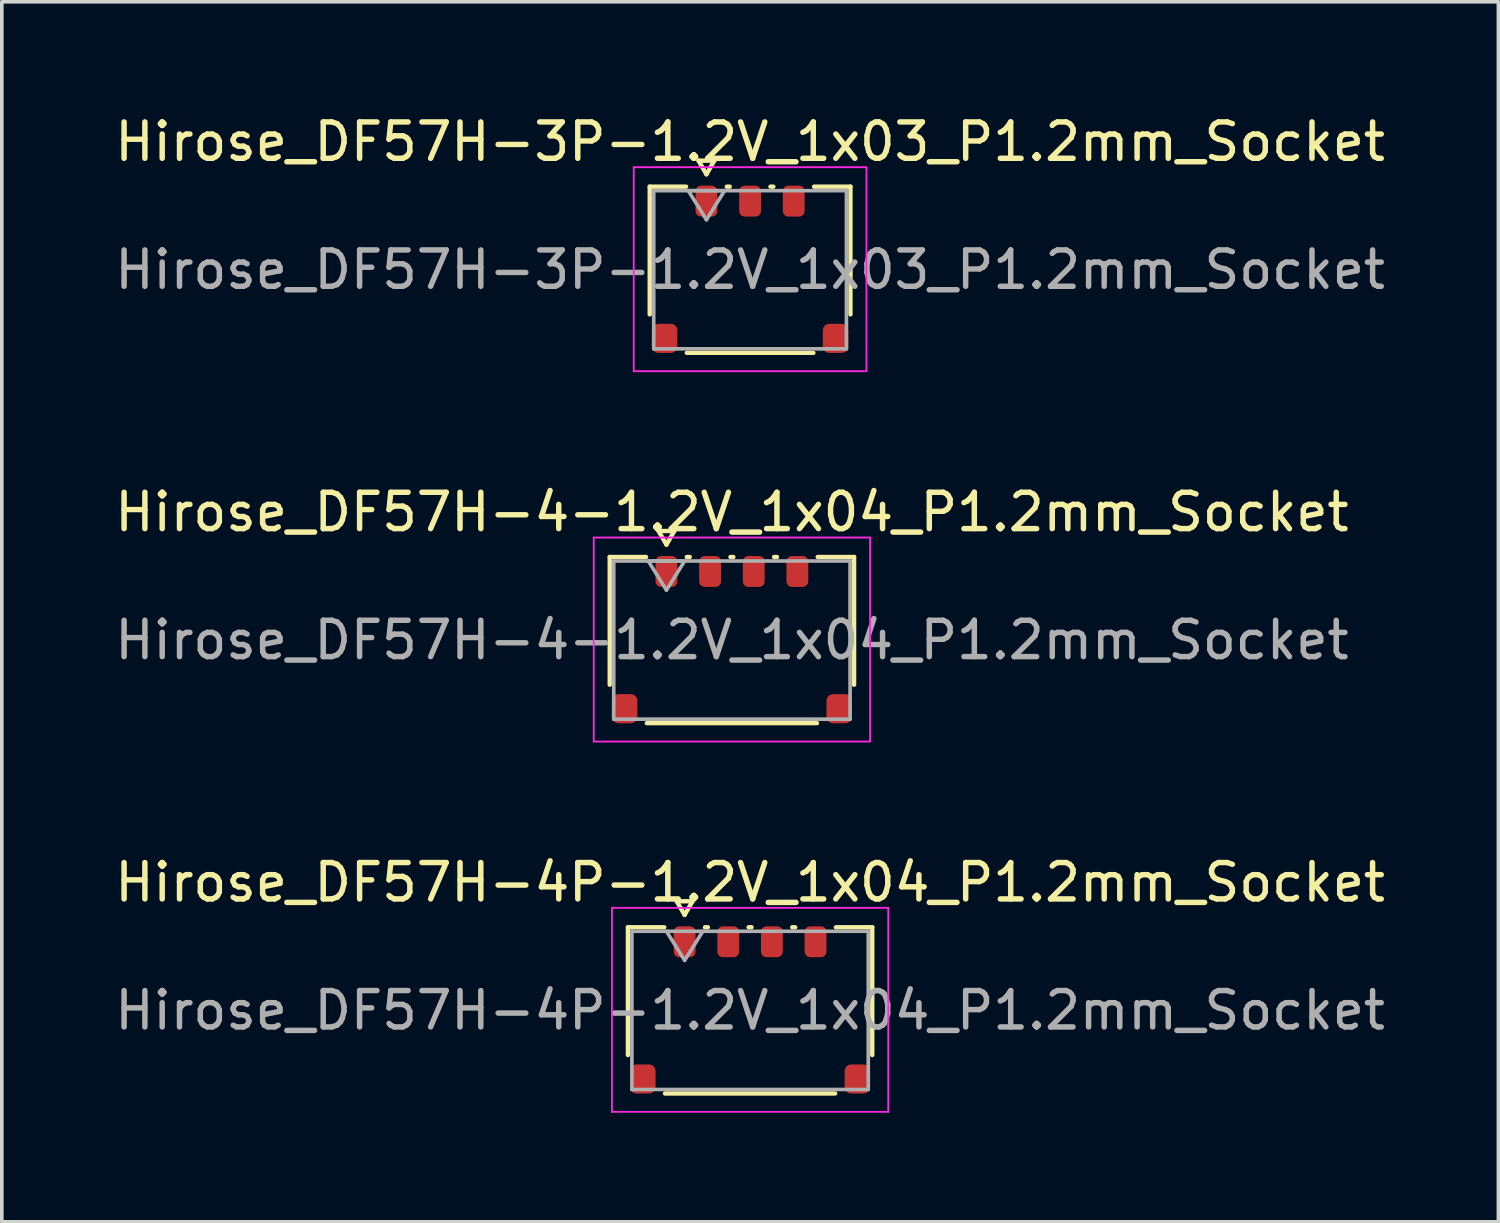
<source format=kicad_pcb>
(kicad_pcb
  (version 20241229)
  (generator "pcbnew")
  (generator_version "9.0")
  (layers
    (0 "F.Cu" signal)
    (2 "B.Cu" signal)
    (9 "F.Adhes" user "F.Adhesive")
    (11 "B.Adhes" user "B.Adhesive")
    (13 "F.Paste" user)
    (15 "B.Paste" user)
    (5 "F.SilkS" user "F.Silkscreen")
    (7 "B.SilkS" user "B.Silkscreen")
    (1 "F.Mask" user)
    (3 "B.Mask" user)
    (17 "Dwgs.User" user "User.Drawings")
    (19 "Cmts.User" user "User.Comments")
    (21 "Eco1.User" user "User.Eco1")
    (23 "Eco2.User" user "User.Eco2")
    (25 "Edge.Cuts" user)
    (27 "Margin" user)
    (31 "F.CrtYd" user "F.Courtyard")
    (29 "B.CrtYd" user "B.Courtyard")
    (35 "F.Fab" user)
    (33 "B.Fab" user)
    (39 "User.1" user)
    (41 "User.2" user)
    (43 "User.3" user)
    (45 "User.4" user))
  (footprint "Hirose_DF57H-3P-1.2V_1x03_P1.2mm_Socket"
    (layer "F.Cu")
    (at 17.577 4.368)
    (property "Reference" "Hirose_DF57H-3P-1.2V_1x03_P1.2mm_Socket" (at 0 -3.52 0) (layer "F.SilkS") (effects (font (size 1 1) (thickness 0.15))))
    (attr smd)
    (fp_line (start -2.76 -2.285) (end -1.76 -2.285) (stroke (width 0.12) (type solid)) (layer "F.SilkS"))
    (fp_line (start -2.76 1.228) (end -2.76 -2.285) (stroke (width 0.12) (type solid)) (layer "F.SilkS"))
    (fp_line (start -1.417 -3) (end -1.2 -2.625) (stroke (width 0.12) (type solid)) (layer "F.SilkS"))
    (fp_line (start -1.2 -2.625) (end -0.983 -3) (stroke (width 0.12) (type solid)) (layer "F.SilkS"))
    (fp_line (start -0.983 -3) (end -1.417 -3) (stroke (width 0.12) (type solid)) (layer "F.SilkS"))
    (fp_line (start -0.64 -2.285) (end -0.56 -2.285) (stroke (width 0.12) (type solid)) (layer "F.SilkS"))
    (fp_line (start 0.56 -2.285) (end 0.64 -2.285) (stroke (width 0.12) (type solid)) (layer "F.SilkS"))
    (fp_line (start 1.74 2.285) (end -1.74 2.285) (stroke (width 0.12) (type solid)) (layer "F.SilkS"))
    (fp_line (start 1.76 -2.285) (end 2.76 -2.285) (stroke (width 0.12) (type solid)) (layer "F.SilkS"))
    (fp_line (start 2.76 -2.285) (end 2.76 1.228) (stroke (width 0.12) (type solid)) (layer "F.SilkS"))
    (fp_line (start -3.2 -2.82) (end -3.2 2.79) (stroke (width 0.05) (type solid)) (layer "F.CrtYd"))
    (fp_line (start -3.2 2.79) (end 3.2 2.79) (stroke (width 0.05) (type solid)) (layer "F.CrtYd"))
    (fp_line (start 3.2 -2.82) (end -3.2 -2.82) (stroke (width 0.05) (type solid)) (layer "F.CrtYd"))
    (fp_line (start 3.2 2.79) (end 3.2 -2.82) (stroke (width 0.05) (type solid)) (layer "F.CrtYd"))
    (fp_line (start -2.65 -2.175) (end 2.65 -2.175) (stroke (width 0.1) (type solid)) (layer "F.Fab"))
    (fp_line (start -2.65 2.175) (end -2.65 -2.175) (stroke (width 0.1) (type solid)) (layer "F.Fab"))
    (fp_line (start -1.7 -2.175) (end -1.2 -1.375) (stroke (width 0.1) (type solid)) (layer "F.Fab"))
    (fp_line (start -1.2 -1.375) (end -0.7 -2.175) (stroke (width 0.1) (type solid)) (layer "F.Fab"))
    (fp_line (start -0.7 -2.175) (end -1.7 -2.175) (stroke (width 0.1) (type solid)) (layer "F.Fab"))
    (fp_line (start 2.65 -2.175) (end 2.65 2.175) (stroke (width 0.1) (type solid)) (layer "F.Fab"))
    (fp_line (start 2.65 2.175) (end -2.65 2.175) (stroke (width 0.1) (type solid)) (layer "F.Fab"))
    (fp_text user "${REFERENCE}" (at 0 0 0) (layer "F.Fab") (effects (font (size 1 1) (thickness 0.15))))
    (pad "" smd roundrect (at -2.35 1.887) (size 0.7 0.8) (layers "F.Cu" "F.Mask" "F.Paste") (roundrect_rratio 0.25))
    (pad "" smd roundrect (at 2.35 1.887) (size 0.7 0.8) (layers "F.Cu" "F.Mask" "F.Paste") (roundrect_rratio 0.25))
    (pad "1" smd roundrect (at -1.2 -1.887) (size 0.6 0.85) (layers "F.Cu" "F.Mask" "F.Paste") (roundrect_rratio 0.25))
    (pad "2" smd roundrect (at 0 -1.887) (size 0.6 0.85) (layers "F.Cu" "F.Mask" "F.Paste") (roundrect_rratio 0.25))
    (pad "3" smd roundrect (at 1.2 -1.887) (size 0.6 0.85) (layers "F.Cu" "F.Mask" "F.Paste") (roundrect_rratio 0.25))
    (zone (net_name "") (layer "F.Cu") (name "keepout") (hatch edge 0.5) (connect_pads) (min_thickness 0.25) (filled_areas_thickness no) (keepout (tracks not_allowed) (vias not_allowed) (pads allowed) (copperpour not_allowed) (footprints allowed)) (placement (enabled no)) (fill) (polygon (pts (xy 15.727 2.906) (xy 19.427 2.906) (xy 19.427 4.106) (xy 15.727 4.106)))))
  (footprint "Hirose_DF57H-4-1.2V_1x04_P1.2mm_Socket"
    (layer "F.Cu")
    (at 17.077 14.552)
    (property "Reference" "Hirose_DF57H-4-1.2V_1x04_P1.2mm_Socket" (at 0 -3.52 0) (layer "F.SilkS") (effects (font (size 1 1) (thickness 0.15))))
    (attr smd)
    (fp_line (start -3.36 -2.285) (end -2.36 -2.285) (stroke (width 0.12) (type solid)) (layer "F.SilkS"))
    (fp_line (start -3.36 1.228) (end -3.36 -2.285) (stroke (width 0.12) (type solid)) (layer "F.SilkS"))
    (fp_line (start -2.017 -3) (end -1.8 -2.625) (stroke (width 0.12) (type solid)) (layer "F.SilkS"))
    (fp_line (start -1.8 -2.625) (end -1.583 -3) (stroke (width 0.12) (type solid)) (layer "F.SilkS"))
    (fp_line (start -1.583 -3) (end -2.017 -3) (stroke (width 0.12) (type solid)) (layer "F.SilkS"))
    (fp_line (start -1.24 -2.285) (end -1.16 -2.285) (stroke (width 0.12) (type solid)) (layer "F.SilkS"))
    (fp_line (start -0.04 -2.285) (end 0.04 -2.285) (stroke (width 0.12) (type solid)) (layer "F.SilkS"))
    (fp_line (start 1.16 -2.285) (end 1.24 -2.285) (stroke (width 0.12) (type solid)) (layer "F.SilkS"))
    (fp_line (start 2.34 2.285) (end -2.34 2.285) (stroke (width 0.12) (type solid)) (layer "F.SilkS"))
    (fp_line (start 2.36 -2.285) (end 3.36 -2.285) (stroke (width 0.12) (type solid)) (layer "F.SilkS"))
    (fp_line (start 3.36 -2.285) (end 3.36 1.228) (stroke (width 0.12) (type solid)) (layer "F.SilkS"))
    (fp_line (start -3.8 -2.82) (end -3.8 2.79) (stroke (width 0.05) (type solid)) (layer "F.CrtYd"))
    (fp_line (start -3.8 2.79) (end 3.8 2.79) (stroke (width 0.05) (type solid)) (layer "F.CrtYd"))
    (fp_line (start 3.8 -2.82) (end -3.8 -2.82) (stroke (width 0.05) (type solid)) (layer "F.CrtYd"))
    (fp_line (start 3.8 2.79) (end 3.8 -2.82) (stroke (width 0.05) (type solid)) (layer "F.CrtYd"))
    (fp_line (start -3.25 -2.175) (end 3.25 -2.175) (stroke (width 0.1) (type solid)) (layer "F.Fab"))
    (fp_line (start -3.25 2.175) (end -3.25 -2.175) (stroke (width 0.1) (type solid)) (layer "F.Fab"))
    (fp_line (start -2.3 -2.175) (end -1.8 -1.375) (stroke (width 0.1) (type solid)) (layer "F.Fab"))
    (fp_line (start -1.8 -1.375) (end -1.3 -2.175) (stroke (width 0.1) (type solid)) (layer "F.Fab"))
    (fp_line (start -1.3 -2.175) (end -2.3 -2.175) (stroke (width 0.1) (type solid)) (layer "F.Fab"))
    (fp_line (start 3.25 -2.175) (end 3.25 2.175) (stroke (width 0.1) (type solid)) (layer "F.Fab"))
    (fp_line (start 3.25 2.175) (end -3.25 2.175) (stroke (width 0.1) (type solid)) (layer "F.Fab"))
    (fp_text user "${REFERENCE}" (at 0 0 0) (layer "F.Fab") (effects (font (size 1 1) (thickness 0.15))))
    (pad "" smd roundrect (at -2.95 1.887) (size 0.7 0.8) (layers "F.Cu" "F.Mask" "F.Paste") (roundrect_rratio 0.25))
    (pad "" smd roundrect (at 2.95 1.887) (size 0.7 0.8) (layers "F.Cu" "F.Mask" "F.Paste") (roundrect_rratio 0.25))
    (pad "1" smd roundrect (at -1.8 -1.887) (size 0.6 0.85) (layers "F.Cu" "F.Mask" "F.Paste") (roundrect_rratio 0.25))
    (pad "2" smd roundrect (at -0.6 -1.887) (size 0.6 0.85) (layers "F.Cu" "F.Mask" "F.Paste") (roundrect_rratio 0.25))
    (pad "3" smd roundrect (at 0.6 -1.887) (size 0.6 0.85) (layers "F.Cu" "F.Mask" "F.Paste") (roundrect_rratio 0.25))
    (pad "4" smd roundrect (at 1.8 -1.887) (size 0.6 0.85) (layers "F.Cu" "F.Mask" "F.Paste") (roundrect_rratio 0.25))
    (zone (net_name "") (layer "F.Cu") (name "keepout") (hatch edge 0.5) (connect_pads) (min_thickness 0.25) (filled_areas_thickness no) (keepout (tracks not_allowed) (vias not_allowed) (pads allowed) (copperpour not_allowed) (footprints allowed)) (placement (enabled no)) (fill) (polygon (pts (xy 14.627 13.089) (xy 19.527 13.089) (xy 19.527 14.289) (xy 14.627 14.289)))))
  (footprint "Hirose_DF57H-4P-1.2V_1x04_P1.2mm_Socket"
    (layer "F.Cu")
    (at 17.577 24.735)
    (property "Reference" "Hirose_DF57H-4P-1.2V_1x04_P1.2mm_Socket" (at 0 -3.52 0) (layer "F.SilkS") (effects (font (size 1 1) (thickness 0.15))))
    (attr smd)
    (fp_line (start -3.36 -2.285) (end -2.36 -2.285) (stroke (width 0.12) (type solid)) (layer "F.SilkS"))
    (fp_line (start -3.36 1.228) (end -3.36 -2.285) (stroke (width 0.12) (type solid)) (layer "F.SilkS"))
    (fp_line (start -2.017 -3) (end -1.8 -2.625) (stroke (width 0.12) (type solid)) (layer "F.SilkS"))
    (fp_line (start -1.8 -2.625) (end -1.583 -3) (stroke (width 0.12) (type solid)) (layer "F.SilkS"))
    (fp_line (start -1.583 -3) (end -2.017 -3) (stroke (width 0.12) (type solid)) (layer "F.SilkS"))
    (fp_line (start -1.24 -2.285) (end -1.16 -2.285) (stroke (width 0.12) (type solid)) (layer "F.SilkS"))
    (fp_line (start -0.04 -2.285) (end 0.04 -2.285) (stroke (width 0.12) (type solid)) (layer "F.SilkS"))
    (fp_line (start 1.16 -2.285) (end 1.24 -2.285) (stroke (width 0.12) (type solid)) (layer "F.SilkS"))
    (fp_line (start 2.34 2.285) (end -2.34 2.285) (stroke (width 0.12) (type solid)) (layer "F.SilkS"))
    (fp_line (start 2.36 -2.285) (end 3.36 -2.285) (stroke (width 0.12) (type solid)) (layer "F.SilkS"))
    (fp_line (start 3.36 -2.285) (end 3.36 1.228) (stroke (width 0.12) (type solid)) (layer "F.SilkS"))
    (fp_line (start -3.8 -2.82) (end -3.8 2.79) (stroke (width 0.05) (type solid)) (layer "F.CrtYd"))
    (fp_line (start -3.8 2.79) (end 3.8 2.79) (stroke (width 0.05) (type solid)) (layer "F.CrtYd"))
    (fp_line (start 3.8 -2.82) (end -3.8 -2.82) (stroke (width 0.05) (type solid)) (layer "F.CrtYd"))
    (fp_line (start 3.8 2.79) (end 3.8 -2.82) (stroke (width 0.05) (type solid)) (layer "F.CrtYd"))
    (fp_line (start -3.25 -2.175) (end 3.25 -2.175) (stroke (width 0.1) (type solid)) (layer "F.Fab"))
    (fp_line (start -3.25 2.175) (end -3.25 -2.175) (stroke (width 0.1) (type solid)) (layer "F.Fab"))
    (fp_line (start -2.3 -2.175) (end -1.8 -1.375) (stroke (width 0.1) (type solid)) (layer "F.Fab"))
    (fp_line (start -1.8 -1.375) (end -1.3 -2.175) (stroke (width 0.1) (type solid)) (layer "F.Fab"))
    (fp_line (start 3.25 -2.175) (end 3.25 2.175) (stroke (width 0.1) (type solid)) (layer "F.Fab"))
    (fp_line (start 3.25 2.175) (end -3.25 2.175) (stroke (width 0.1) (type solid)) (layer "F.Fab"))
    (fp_text user "${REFERENCE}" (at 0 0 0) (layer "F.Fab") (effects (font (size 1 1) (thickness 0.15))))
    (pad "" smd roundrect (at -2.95 1.887) (size 0.7 0.8) (layers "F.Cu" "F.Mask" "F.Paste") (roundrect_rratio 0.25))
    (pad "" smd roundrect (at 2.95 1.887) (size 0.7 0.8) (layers "F.Cu" "F.Mask" "F.Paste") (roundrect_rratio 0.25))
    (pad "1" smd roundrect (at -1.8 -1.887) (size 0.6 0.85) (layers "F.Cu" "F.Mask" "F.Paste") (roundrect_rratio 0.25))
    (pad "2" smd roundrect (at -0.6 -1.887) (size 0.6 0.85) (layers "F.Cu" "F.Mask" "F.Paste") (roundrect_rratio 0.25))
    (pad "3" smd roundrect (at 0.6 -1.887) (size 0.6 0.85) (layers "F.Cu" "F.Mask" "F.Paste") (roundrect_rratio 0.25))
    (pad "4" smd roundrect (at 1.8 -1.887) (size 0.6 0.85) (layers "F.Cu" "F.Mask" "F.Paste") (roundrect_rratio 0.25))
    (zone (net_name "") (layer "F.Cu") (name "keepout") (hatch edge 0.5) (connect_pads) (min_thickness 0.25) (filled_areas_thickness no) (keepout (tracks not_allowed) (vias not_allowed) (pads allowed) (copperpour not_allowed) (footprints allowed)) (placement (enabled no)) (fill) (polygon (pts (xy 15.127 23.272) (xy 20.027 23.272) (xy 20.027 24.472) (xy 15.127 24.472)))))
  (gr_rect
    (start -3 -3)
    (end 38.155 30.55)
    (stroke (width 0.1) (type default))
    (fill no)
    (layer "Edge.Cuts")))
</source>
